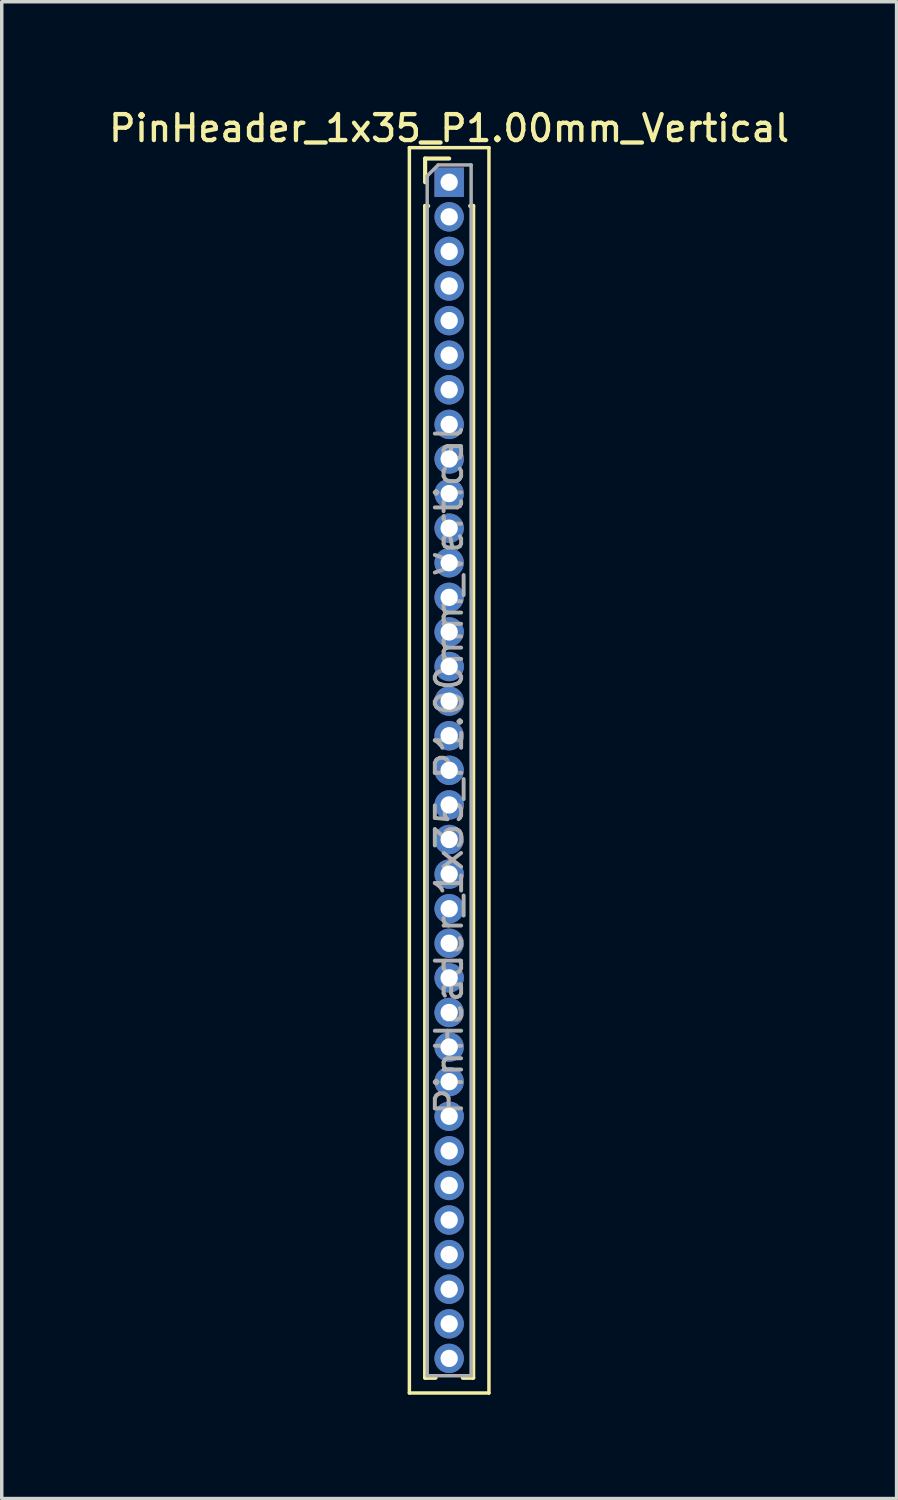
<source format=kicad_pcb>
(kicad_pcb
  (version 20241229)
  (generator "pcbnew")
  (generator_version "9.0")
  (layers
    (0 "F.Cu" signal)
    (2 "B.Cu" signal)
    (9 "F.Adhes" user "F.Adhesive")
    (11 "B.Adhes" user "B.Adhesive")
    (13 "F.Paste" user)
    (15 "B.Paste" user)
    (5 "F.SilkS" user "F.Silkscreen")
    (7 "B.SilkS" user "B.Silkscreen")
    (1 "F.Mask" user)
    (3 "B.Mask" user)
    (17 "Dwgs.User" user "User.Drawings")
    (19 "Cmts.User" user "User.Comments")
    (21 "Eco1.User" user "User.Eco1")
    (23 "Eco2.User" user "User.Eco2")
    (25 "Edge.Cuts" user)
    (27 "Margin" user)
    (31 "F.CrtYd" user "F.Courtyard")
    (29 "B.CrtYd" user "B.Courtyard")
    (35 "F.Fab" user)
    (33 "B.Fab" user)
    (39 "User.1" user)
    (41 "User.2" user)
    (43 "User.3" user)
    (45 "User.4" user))
  (footprint "PinHeader_1x35_P1.00mm_Vertical"
    (layer "F.Cu")
    (at 9.934 2.218)
    (property "Reference" "PinHeader_1x35_P1.00mm_Vertical" (at 0 -1.56 0) (layer "F.SilkS") (effects (font (size 0.75 0.75) (thickness 0.125))))
    (attr through_hole)
    (fp_line (start -1.15 -1) (end -1.15 35) (stroke (width 0.1) (type solid)) (layer "F.SilkS"))
    (fp_line (start -1.15 35) (end 1.15 35) (stroke (width 0.1) (type solid)) (layer "F.SilkS"))
    (fp_line (start -0.695 -0.685) (end 0 -0.685) (stroke (width 0.12) (type solid)) (layer "F.SilkS"))
    (fp_line (start -0.695 0) (end -0.695 -0.685) (stroke (width 0.12) (type solid)) (layer "F.SilkS"))
    (fp_line (start -0.695 0.685) (end -0.695 34.56) (stroke (width 0.12) (type solid)) (layer "F.SilkS"))
    (fp_line (start -0.695 0.685) (end -0.608 0.685) (stroke (width 0.12) (type solid)) (layer "F.SilkS"))
    (fp_line (start -0.695 34.56) (end -0.394 34.56) (stroke (width 0.12) (type solid)) (layer "F.SilkS"))
    (fp_line (start 0.394 34.56) (end 0.695 34.56) (stroke (width 0.12) (type solid)) (layer "F.SilkS"))
    (fp_line (start 0.608 0.685) (end 0.695 0.685) (stroke (width 0.12) (type solid)) (layer "F.SilkS"))
    (fp_line (start 0.695 0.685) (end 0.695 34.56) (stroke (width 0.12) (type solid)) (layer "F.SilkS"))
    (fp_line (start 1.15 -1) (end -1.15 -1) (stroke (width 0.1) (type solid)) (layer "F.SilkS"))
    (fp_line (start 1.15 35) (end 1.15 -1) (stroke (width 0.1) (type solid)) (layer "F.SilkS"))
    (fp_line (start -0.635 -0.182) (end -0.318 -0.5) (stroke (width 0.1) (type solid)) (layer "F.Fab"))
    (fp_line (start -0.635 34.5) (end -0.635 -0.182) (stroke (width 0.1) (type solid)) (layer "F.Fab"))
    (fp_line (start -0.318 -0.5) (end 0.635 -0.5) (stroke (width 0.1) (type solid)) (layer "F.Fab"))
    (fp_line (start 0.635 -0.5) (end 0.635 34.5) (stroke (width 0.1) (type solid)) (layer "F.Fab"))
    (fp_line (start 0.635 34.5) (end -0.635 34.5) (stroke (width 0.1) (type solid)) (layer "F.Fab"))
    (fp_text user "${REFERENCE}" (at 0 17 90) (layer "F.Fab") (effects (font (size 0.76 0.76) (thickness 0.114))))
    (pad "1" thru_hole rect (at 0 0) (size 0.85 0.85) (drill 0.5) (layers "*.Cu" "*.Mask"))
    (pad "2" thru_hole oval (at 0 1) (size 0.85 0.85) (drill 0.5) (layers "*.Cu" "*.Mask"))
    (pad "3" thru_hole oval (at 0 2) (size 0.85 0.85) (drill 0.5) (layers "*.Cu" "*.Mask"))
    (pad "4" thru_hole oval (at 0 3) (size 0.85 0.85) (drill 0.5) (layers "*.Cu" "*.Mask"))
    (pad "5" thru_hole oval (at 0 4) (size 0.85 0.85) (drill 0.5) (layers "*.Cu" "*.Mask"))
    (pad "6" thru_hole oval (at 0 5) (size 0.85 0.85) (drill 0.5) (layers "*.Cu" "*.Mask"))
    (pad "7" thru_hole oval (at 0 6) (size 0.85 0.85) (drill 0.5) (layers "*.Cu" "*.Mask"))
    (pad "8" thru_hole oval (at 0 7) (size 0.85 0.85) (drill 0.5) (layers "*.Cu" "*.Mask"))
    (pad "9" thru_hole oval (at 0 8) (size 0.85 0.85) (drill 0.5) (layers "*.Cu" "*.Mask"))
    (pad "10" thru_hole oval (at 0 9) (size 0.85 0.85) (drill 0.5) (layers "*.Cu" "*.Mask"))
    (pad "11" thru_hole oval (at 0 10) (size 0.85 0.85) (drill 0.5) (layers "*.Cu" "*.Mask"))
    (pad "12" thru_hole oval (at 0 11) (size 0.85 0.85) (drill 0.5) (layers "*.Cu" "*.Mask"))
    (pad "13" thru_hole oval (at 0 12) (size 0.85 0.85) (drill 0.5) (layers "*.Cu" "*.Mask"))
    (pad "14" thru_hole oval (at 0 13) (size 0.85 0.85) (drill 0.5) (layers "*.Cu" "*.Mask"))
    (pad "15" thru_hole oval (at 0 14) (size 0.85 0.85) (drill 0.5) (layers "*.Cu" "*.Mask"))
    (pad "16" thru_hole oval (at 0 15) (size 0.85 0.85) (drill 0.5) (layers "*.Cu" "*.Mask"))
    (pad "17" thru_hole oval (at 0 16) (size 0.85 0.85) (drill 0.5) (layers "*.Cu" "*.Mask"))
    (pad "18" thru_hole oval (at 0 17) (size 0.85 0.85) (drill 0.5) (layers "*.Cu" "*.Mask"))
    (pad "19" thru_hole oval (at 0 18) (size 0.85 0.85) (drill 0.5) (layers "*.Cu" "*.Mask"))
    (pad "20" thru_hole oval (at 0 19) (size 0.85 0.85) (drill 0.5) (layers "*.Cu" "*.Mask"))
    (pad "21" thru_hole oval (at 0 20) (size 0.85 0.85) (drill 0.5) (layers "*.Cu" "*.Mask"))
    (pad "22" thru_hole oval (at 0 21) (size 0.85 0.85) (drill 0.5) (layers "*.Cu" "*.Mask"))
    (pad "23" thru_hole oval (at 0 22) (size 0.85 0.85) (drill 0.5) (layers "*.Cu" "*.Mask"))
    (pad "24" thru_hole oval (at 0 23) (size 0.85 0.85) (drill 0.5) (layers "*.Cu" "*.Mask"))
    (pad "25" thru_hole oval (at 0 24) (size 0.85 0.85) (drill 0.5) (layers "*.Cu" "*.Mask"))
    (pad "26" thru_hole oval (at 0 25) (size 0.85 0.85) (drill 0.5) (layers "*.Cu" "*.Mask"))
    (pad "27" thru_hole oval (at 0 26) (size 0.85 0.85) (drill 0.5) (layers "*.Cu" "*.Mask"))
    (pad "28" thru_hole oval (at 0 27) (size 0.85 0.85) (drill 0.5) (layers "*.Cu" "*.Mask"))
    (pad "29" thru_hole oval (at 0 28) (size 0.85 0.85) (drill 0.5) (layers "*.Cu" "*.Mask"))
    (pad "30" thru_hole oval (at 0 29) (size 0.85 0.85) (drill 0.5) (layers "*.Cu" "*.Mask"))
    (pad "31" thru_hole oval (at 0 30) (size 0.85 0.85) (drill 0.5) (layers "*.Cu" "*.Mask"))
    (pad "32" thru_hole oval (at 0 31) (size 0.85 0.85) (drill 0.5) (layers "*.Cu" "*.Mask"))
    (pad "33" thru_hole oval (at 0 32) (size 0.85 0.85) (drill 0.5) (layers "*.Cu" "*.Mask"))
    (pad "34" thru_hole oval (at 0 33) (size 0.85 0.85) (drill 0.5) (layers "*.Cu" "*.Mask"))
    (pad "35" thru_hole oval (at 0 34) (size 0.85 0.85) (drill 0.5) (layers "*.Cu" "*.Mask")))
  (gr_rect
    (start -3 -3)
    (end 22.868 40.268)
    (stroke (width 0.1) (type default))
    (fill no)
    (layer "Edge.Cuts")))
</source>
